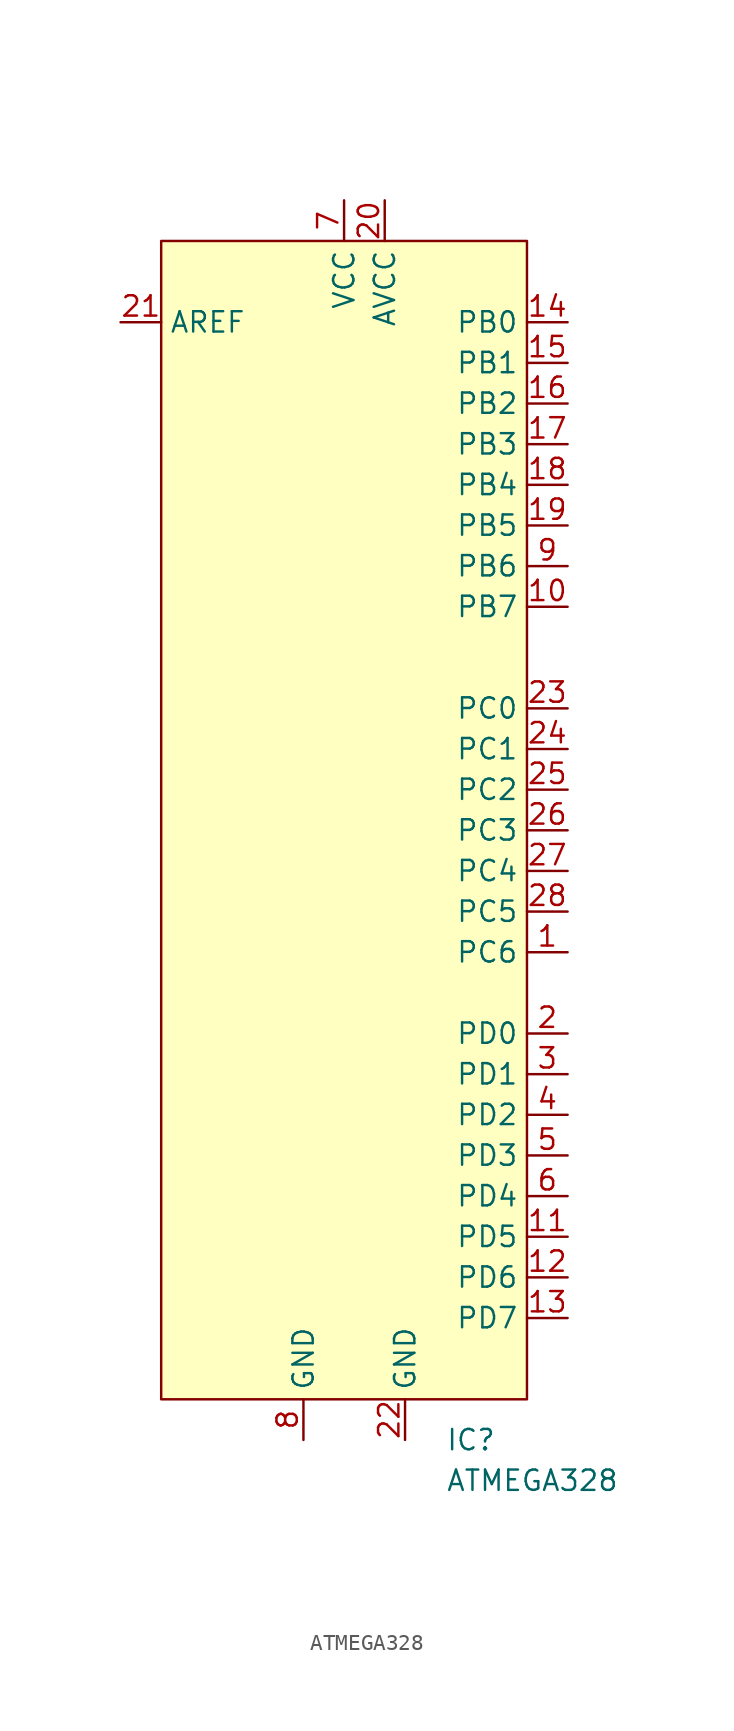
<source format=kicad_sym>
(kicad_symbol_lib
  (version 20241209)
  (generator "kicad_symbol_editor")
  (generator_version "9.0")
  (symbol "ATMEGA328"
    (property "Reference" "IC"
      (at 6.35 -38.1 0)
      (effects (font (size 1.27 1.27)) (justify left)))
    (property "Value" "ATMEGA328"
      (at 6.35 -40.64 0)
      (effects (font (size 1.27 1.27)) (justify left)))
    (symbol "ATMEGA328_0_0"
      (pin passive line (at -13.97 31.75 0) (length 2.54) (name "AREF" (effects (font (size 1.27 1.27)))) (number "21" (effects (font (size 1.27 1.27)))))
      (pin power_in line (at -2.54 -38.1 90) (length 2.54) (name "GND" (effects (font (size 1.27 1.27)))) (number "8" (effects (font (size 1.27 1.27)))))
      (pin power_in line (at 0 39.37 270) (length 2.54) (name "VCC" (effects (font (size 1.27 1.27)))) (number "7" (effects (font (size 1.27 1.27)))))
      (pin power_in line (at 2.54 39.37 270) (length 2.54) (name "AVCC" (effects (font (size 1.27 1.27)))) (number "20" (effects (font (size 1.27 1.27)))))
      (pin power_in line (at 3.81 -38.1 90) (length 2.54) (name "GND" (effects (font (size 1.27 1.27)))) (number "22" (effects (font (size 1.27 1.27)))))
      (pin bidirectional line (at 13.97 31.75 180) (length 2.54) (name "PB0" (effects (font (size 1.27 1.27)))) (number "14" (effects (font (size 1.27 1.27)))))
      (pin bidirectional line (at 13.97 29.21 180) (length 2.54) (name "PB1" (effects (font (size 1.27 1.27)))) (number "15" (effects (font (size 1.27 1.27)))))
      (pin bidirectional line (at 13.97 26.67 180) (length 2.54) (name "PB2" (effects (font (size 1.27 1.27)))) (number "16" (effects (font (size 1.27 1.27)))))
      (pin bidirectional line (at 13.97 24.13 180) (length 2.54) (name "PB3" (effects (font (size 1.27 1.27)))) (number "17" (effects (font (size 1.27 1.27)))))
      (pin bidirectional line (at 13.97 21.59 180) (length 2.54) (name "PB4" (effects (font (size 1.27 1.27)))) (number "18" (effects (font (size 1.27 1.27)))))
      (pin bidirectional line (at 13.97 19.05 180) (length 2.54) (name "PB5" (effects (font (size 1.27 1.27)))) (number "19" (effects (font (size 1.27 1.27)))))
      (pin bidirectional line (at 13.97 16.51 180) (length 2.54) (name "PB6" (effects (font (size 1.27 1.27)))) (number "9" (effects (font (size 1.27 1.27)))))
      (pin bidirectional line (at 13.97 13.97 180) (length 2.54) (name "PB7" (effects (font (size 1.27 1.27)))) (number "10" (effects (font (size 1.27 1.27)))))
      (pin bidirectional line (at 13.97 7.62 180) (length 2.54) (name "PC0" (effects (font (size 1.27 1.27)))) (number "23" (effects (font (size 1.27 1.27)))))
      (pin bidirectional line (at 13.97 5.08 180) (length 2.54) (name "PC1" (effects (font (size 1.27 1.27)))) (number "24" (effects (font (size 1.27 1.27)))))
      (pin bidirectional line (at 13.97 2.54 180) (length 2.54) (name "PC2" (effects (font (size 1.27 1.27)))) (number "25" (effects (font (size 1.27 1.27)))))
      (pin bidirectional line (at 13.97 0 180) (length 2.54) (name "PC3" (effects (font (size 1.27 1.27)))) (number "26" (effects (font (size 1.27 1.27)))))
      (pin bidirectional line (at 13.97 -2.54 180) (length 2.54) (name "PC4" (effects (font (size 1.27 1.27)))) (number "27" (effects (font (size 1.27 1.27)))))
      (pin bidirectional line (at 13.97 -5.08 180) (length 2.54) (name "PC5" (effects (font (size 1.27 1.27)))) (number "28" (effects (font (size 1.27 1.27)))))
      (pin bidirectional line (at 13.97 -7.62 180) (length 2.54) (name "PC6" (effects (font (size 1.27 1.27)))) (number "1" (effects (font (size 1.27 1.27)))))
      (pin bidirectional line (at 13.97 -12.7 180) (length 2.54) (name "PD0" (effects (font (size 1.27 1.27)))) (number "2" (effects (font (size 1.27 1.27)))))
      (pin bidirectional line (at 13.97 -15.24 180) (length 2.54) (name "PD1" (effects (font (size 1.27 1.27)))) (number "3" (effects (font (size 1.27 1.27)))))
      (pin bidirectional line (at 13.97 -17.78 180) (length 2.54) (name "PD2" (effects (font (size 1.27 1.27)))) (number "4" (effects (font (size 1.27 1.27)))))
      (pin bidirectional line (at 13.97 -20.32 180) (length 2.54) (name "PD3" (effects (font (size 1.27 1.27)))) (number "5" (effects (font (size 1.27 1.27)))))
      (pin bidirectional line (at 13.97 -22.86 180) (length 2.54) (name "PD4" (effects (font (size 1.27 1.27)))) (number "6" (effects (font (size 1.27 1.27)))))
      (pin bidirectional line (at 13.97 -25.4 180) (length 2.54) (name "PD5" (effects (font (size 1.27 1.27)))) (number "11" (effects (font (size 1.27 1.27)))))
      (pin bidirectional line (at 13.97 -27.94 180) (length 2.54) (name "PD6" (effects (font (size 1.27 1.27)))) (number "12" (effects (font (size 1.27 1.27)))))
      (pin bidirectional line (at 13.97 -30.48 180) (length 2.54) (name "PD7" (effects (font (size 1.27 1.27)))) (number "13" (effects (font (size 1.27 1.27))))))
    (symbol "ATMEGA328_1_1"
      (rectangle (start -11.43 36.83) (end 11.43 -35.56) (stroke (width 0) (type default)) (fill (type background))))))
</source>
